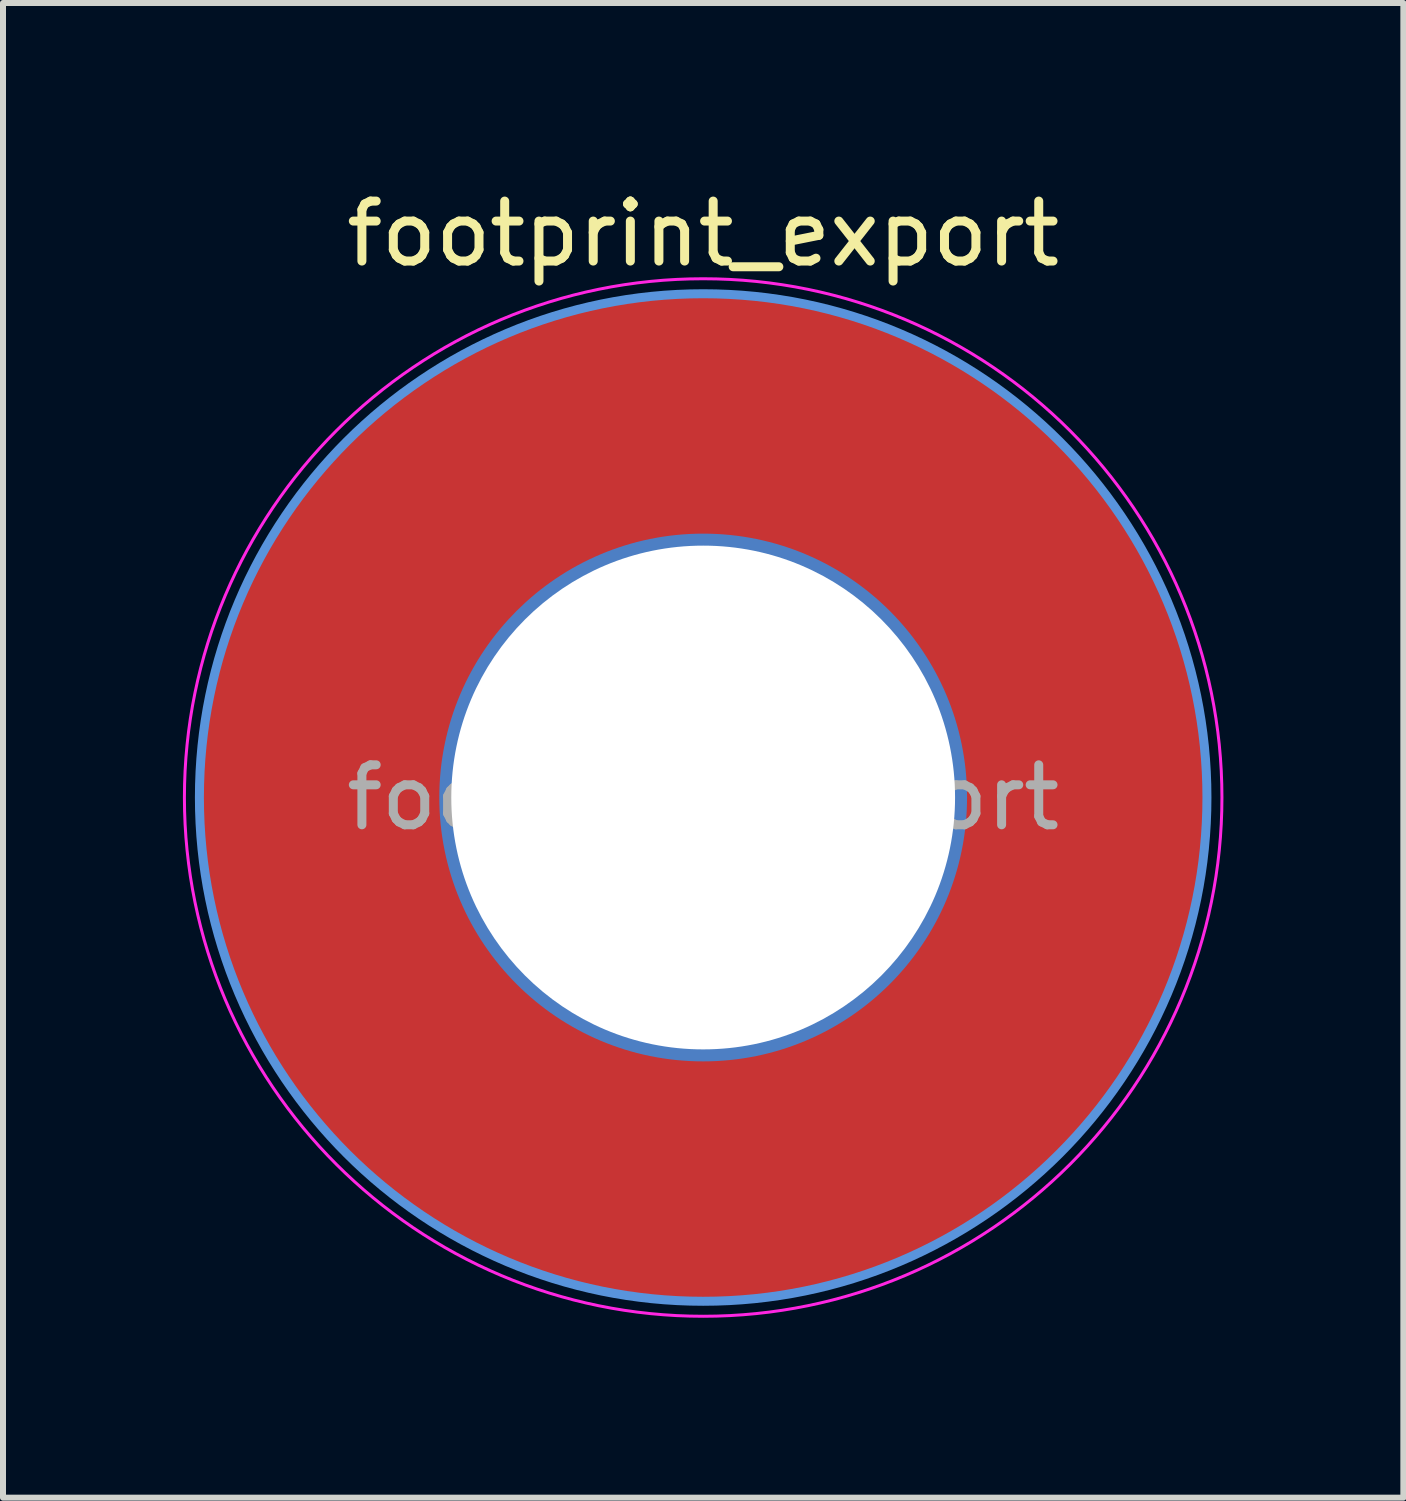
<source format=kicad_pcb>
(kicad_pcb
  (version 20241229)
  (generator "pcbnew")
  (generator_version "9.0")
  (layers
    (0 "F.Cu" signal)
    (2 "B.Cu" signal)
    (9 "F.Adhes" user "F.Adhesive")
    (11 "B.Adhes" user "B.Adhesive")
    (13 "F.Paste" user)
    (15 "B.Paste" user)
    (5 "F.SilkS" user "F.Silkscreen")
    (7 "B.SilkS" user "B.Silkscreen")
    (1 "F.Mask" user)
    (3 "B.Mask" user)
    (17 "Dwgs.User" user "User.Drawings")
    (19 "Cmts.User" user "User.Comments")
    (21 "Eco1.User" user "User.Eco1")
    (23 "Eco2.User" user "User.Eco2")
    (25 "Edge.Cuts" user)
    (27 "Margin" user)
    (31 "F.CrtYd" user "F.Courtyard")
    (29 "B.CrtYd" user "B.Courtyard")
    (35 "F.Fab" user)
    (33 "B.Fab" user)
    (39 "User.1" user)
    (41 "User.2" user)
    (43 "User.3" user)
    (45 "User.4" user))
  (footprint "footprint_export"
    (layer "F.Cu")
    (at 8.675 10.248)
    (property "Reference" "footprint_export" (at 0 -9.4 0) (layer "F.SilkS") (effects (font (size 1 1) (thickness 0.15))))
    (attr exclude_from_pos_files exclude_from_bom)
    (fp_circle (center 0 0) (end 8.4 0) (stroke (width 0.15) (type solid)) (fill no) (layer "Cmts.User"))
    (fp_circle (center 0 0) (end 8.65 0) (stroke (width 0.05) (type solid)) (fill no) (layer "F.CrtYd"))
    (fp_text user "${REFERENCE}" (at 0 0 0) (layer "F.Fab") (effects (font (size 1 1) (thickness 0.15))))
    (pad "1" thru_hole circle (at 0 0) (size 8.8 8.8) (drill 8.4) (layers "*.Cu" "*.Mask"))
    (pad "1" connect circle (at 0 0) (size 16.8 16.8) (layers "F.Cu" "F.Mask")))
  (gr_rect
    (start -3 -3)
    (end 20.35 21.923)
    (stroke (width 0.1) (type default))
    (fill no)
    (layer "Edge.Cuts")))
</source>
